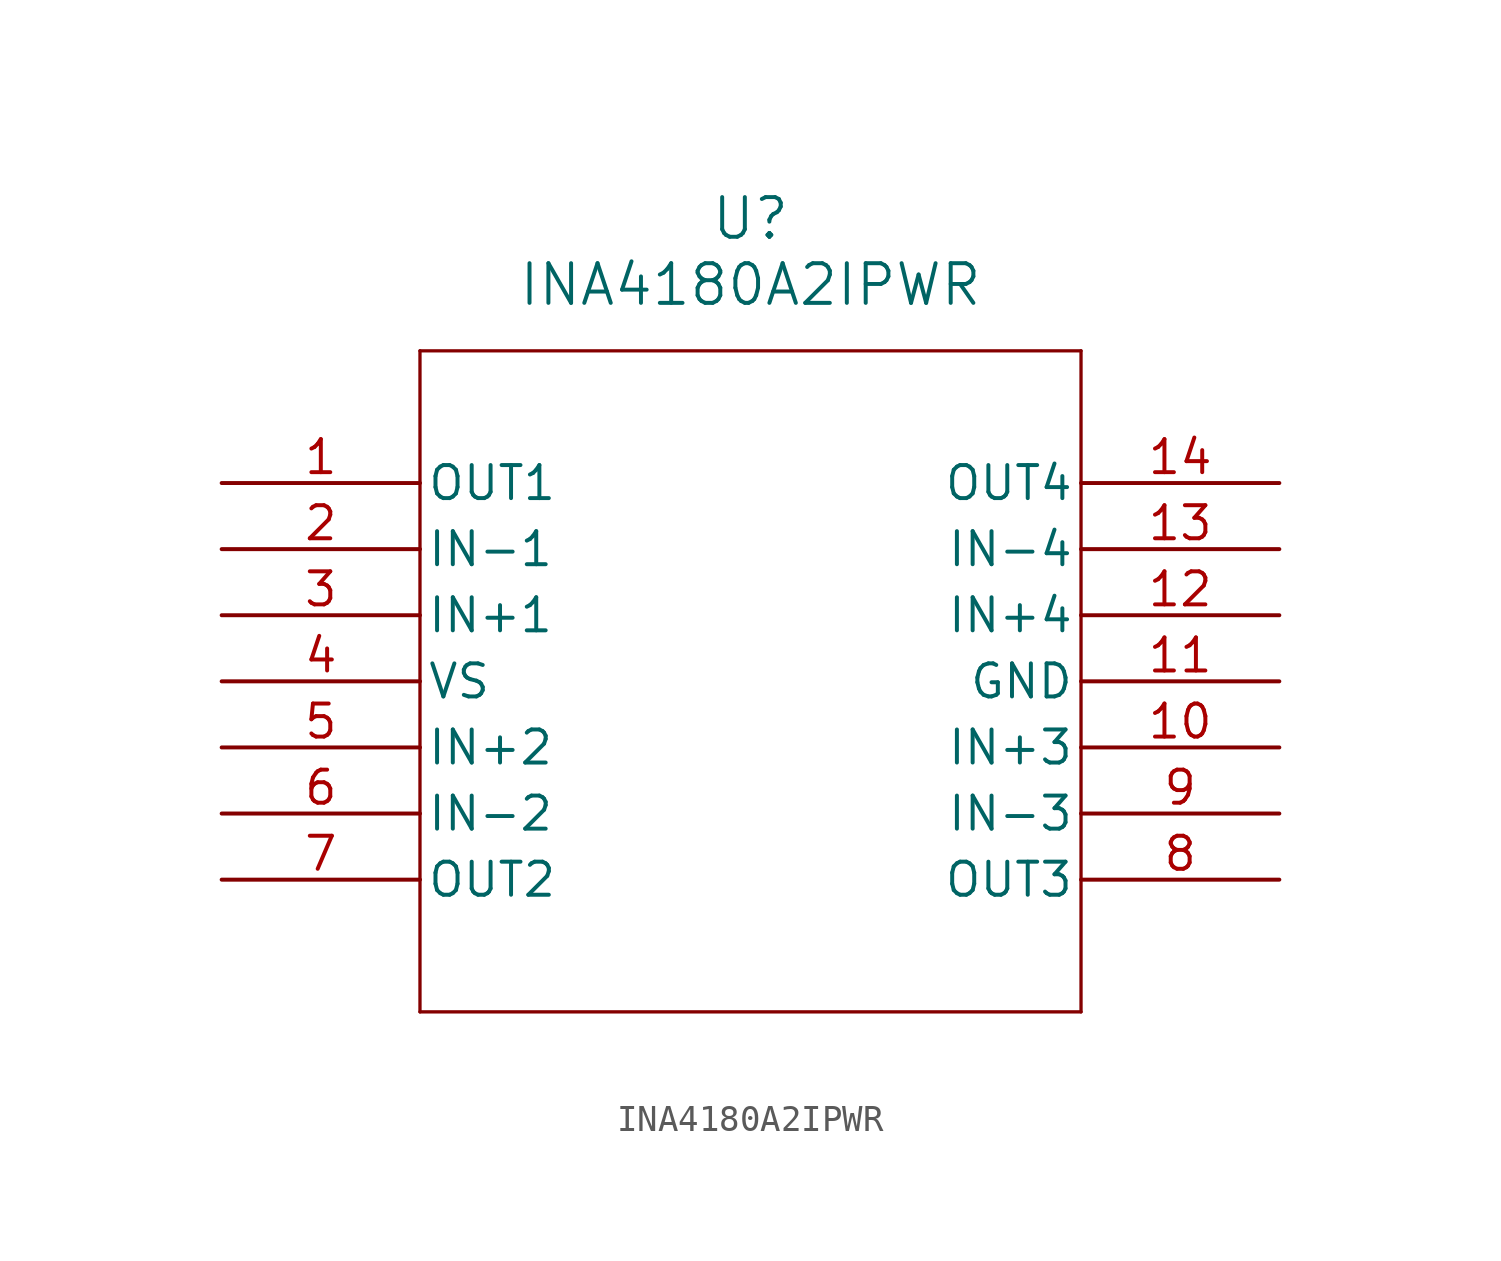
<source format=kicad_sym>
(kicad_symbol_lib
  (version 20211014)
  (generator kicad_symbol_editor)
  (symbol "INA4180A2IPWR"
    (pin_names
      (offset 0.254))
    (property "Reference" "U"
      (at 20.32 10.16 0)
      (effects (font (size 1.524 1.524))))
    (property "Value" "INA4180A2IPWR"
      (at 20.32 7.62 0)
      (effects (font (size 1.524 1.524))))
    (symbol "INA4180A2IPWR_0_1"
      (polyline (pts (xy 7.62 5.08) (xy 7.62 -20.32)) (stroke (width 0.127) (type default) (color 0 0 0 0)) (fill (type none)))
      (polyline (pts (xy 7.62 -20.32) (xy 33.02 -20.32)) (stroke (width 0.127) (type default) (color 0 0 0 0)) (fill (type none)))
      (polyline (pts (xy 33.02 -20.32) (xy 33.02 5.08)) (stroke (width 0.127) (type default) (color 0 0 0 0)) (fill (type none)))
      (polyline (pts (xy 33.02 5.08) (xy 7.62 5.08)) (stroke (width 0.127) (type default) (color 0 0 0 0)) (fill (type none)))
      (pin output line (at 0 0 0) (length 7.62) (name "OUT1" (effects (font (size 1.27 1.27)))) (number "1" (effects (font (size 1.27 1.27)))))
      (pin input line (at 0 -2.54 0) (length 7.62) (name "IN-1" (effects (font (size 1.27 1.27)))) (number "2" (effects (font (size 1.27 1.27)))))
      (pin input line (at 0 -5.08 0) (length 7.62) (name "IN+1" (effects (font (size 1.27 1.27)))) (number "3" (effects (font (size 1.27 1.27)))))
      (pin power_in line (at 0 -7.62 0) (length 7.62) (name "VS" (effects (font (size 1.27 1.27)))) (number "4" (effects (font (size 1.27 1.27)))))
      (pin input line (at 0 -10.16 0) (length 7.62) (name "IN+2" (effects (font (size 1.27 1.27)))) (number "5" (effects (font (size 1.27 1.27)))))
      (pin input line (at 0 -12.7 0) (length 7.62) (name "IN-2" (effects (font (size 1.27 1.27)))) (number "6" (effects (font (size 1.27 1.27)))))
      (pin output line (at 0 -15.24 0) (length 7.62) (name "OUT2" (effects (font (size 1.27 1.27)))) (number "7" (effects (font (size 1.27 1.27)))))
      (pin output line (at 40.64 -15.24 180) (length 7.62) (name "OUT3" (effects (font (size 1.27 1.27)))) (number "8" (effects (font (size 1.27 1.27)))))
      (pin input line (at 40.64 -12.7 180) (length 7.62) (name "IN-3" (effects (font (size 1.27 1.27)))) (number "9" (effects (font (size 1.27 1.27)))))
      (pin input line (at 40.64 -10.16 180) (length 7.62) (name "IN+3" (effects (font (size 1.27 1.27)))) (number "10" (effects (font (size 1.27 1.27)))))
      (pin power_in line (at 40.64 -7.62 180) (length 7.62) (name "GND" (effects (font (size 1.27 1.27)))) (number "11" (effects (font (size 1.27 1.27)))))
      (pin input line (at 40.64 -5.08 180) (length 7.62) (name "IN+4" (effects (font (size 1.27 1.27)))) (number "12" (effects (font (size 1.27 1.27)))))
      (pin input line (at 40.64 -2.54 180) (length 7.62) (name "IN-4" (effects (font (size 1.27 1.27)))) (number "13" (effects (font (size 1.27 1.27)))))
      (pin output line (at 40.64 0 180) (length 7.62) (name "OUT4" (effects (font (size 1.27 1.27)))) (number "14" (effects (font (size 1.27 1.27))))))))
</source>
